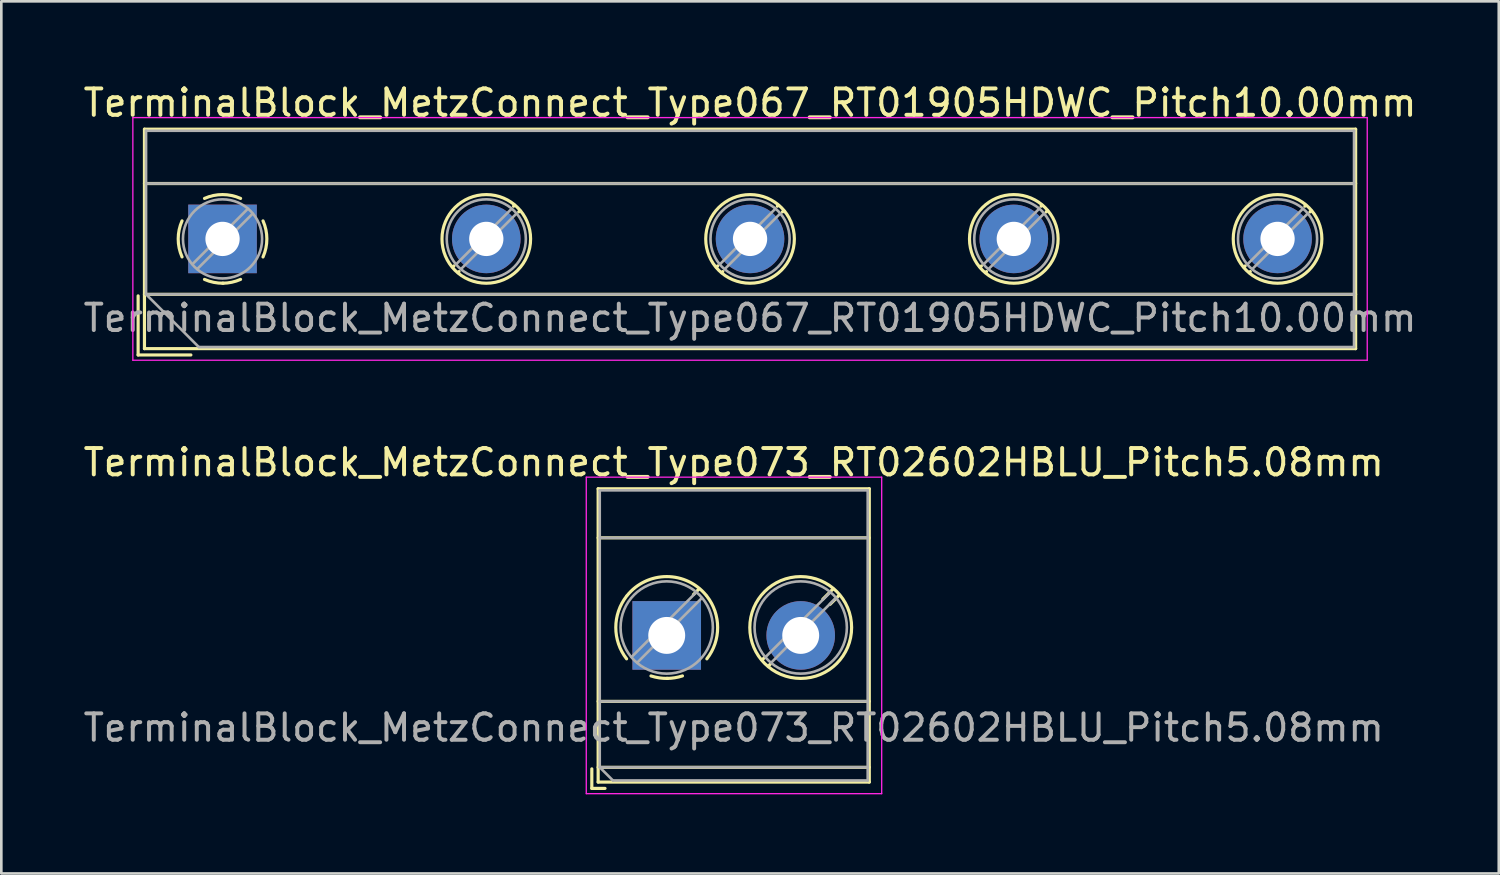
<source format=kicad_pcb>
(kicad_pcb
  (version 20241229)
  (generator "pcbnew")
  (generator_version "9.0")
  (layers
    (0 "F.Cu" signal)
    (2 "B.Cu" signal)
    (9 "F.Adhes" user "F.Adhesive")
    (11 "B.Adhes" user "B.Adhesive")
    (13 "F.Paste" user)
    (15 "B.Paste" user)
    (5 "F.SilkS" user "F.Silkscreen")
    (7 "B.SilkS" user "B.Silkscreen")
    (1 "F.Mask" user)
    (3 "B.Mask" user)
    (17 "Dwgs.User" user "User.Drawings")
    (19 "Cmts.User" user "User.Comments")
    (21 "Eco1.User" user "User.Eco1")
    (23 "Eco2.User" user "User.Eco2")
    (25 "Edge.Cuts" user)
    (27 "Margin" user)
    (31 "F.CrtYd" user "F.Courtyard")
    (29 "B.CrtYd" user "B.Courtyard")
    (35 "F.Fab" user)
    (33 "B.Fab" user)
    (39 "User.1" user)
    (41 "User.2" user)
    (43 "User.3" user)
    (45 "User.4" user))
  (footprint "TerminalBlock_MetzConnect_Type073_RT02602HBLU_Pitch5.08mm"
    (layer "F.Cu")
    (at 22.228 21.041)
    (property "Reference" "TerminalBlock_MetzConnect_Type073_RT02602HBLU_Pitch5.08mm" (at 2.54 -6.56 0) (layer "F.SilkS") (effects (font (size 1 1) (thickness 0.15))))
    (attr through_hole)
    (fp_line (start -2.84 5.06) (end -2.84 5.8) (stroke (width 0.12) (type solid)) (layer "F.SilkS"))
    (fp_line (start -2.84 5.8) (end -2.34 5.8) (stroke (width 0.12) (type solid)) (layer "F.SilkS"))
    (fp_line (start -2.6 -5.56) (end -2.6 5.56) (stroke (width 0.12) (type solid)) (layer "F.SilkS"))
    (fp_line (start -2.6 -3.7) (end 7.68 -3.7) (stroke (width 0.12) (type solid)) (layer "F.SilkS"))
    (fp_line (start -2.6 2.5) (end 7.68 2.5) (stroke (width 0.12) (type solid)) (layer "F.SilkS"))
    (fp_line (start -2.6 5) (end 7.68 5) (stroke (width 0.12) (type solid)) (layer "F.SilkS"))
    (fp_line (start -2.6 5.56) (end 7.68 5.56) (stroke (width 0.12) (type solid)) (layer "F.SilkS"))
    (fp_line (start 1.229 -1.764) (end 1.013 -1.549) (stroke (width 0.12) (type solid)) (layer "F.SilkS"))
    (fp_line (start 3.724 0.821) (end 3.617 0.928) (stroke (width 0.12) (type solid)) (layer "F.SilkS"))
    (fp_line (start 3.933 1.083) (end 3.852 1.164) (stroke (width 0.12) (type solid)) (layer "F.SilkS"))
    (fp_line (start 6.309 -1.764) (end 5.918 -1.374) (stroke (width 0.12) (type solid)) (layer "F.SilkS"))
    (fp_line (start 6.544 -1.529) (end 6.194 -1.179) (stroke (width 0.12) (type solid)) (layer "F.SilkS"))
    (fp_line (start 7.68 -5.56) (end -2.6 -5.56) (stroke (width 0.12) (type solid)) (layer "F.SilkS"))
    (fp_line (start 7.68 5.56) (end 7.68 -5.56) (stroke (width 0.12) (type solid)) (layer "F.SilkS"))
    (fp_arc (start -1.521645 0.888175) (mid -1.930586 -0.300524) (end -1.521 -1.489) (stroke (width 0.12) (type solid)) (layer "F.SilkS"))
    (fp_arc (start -1.500317 -1.514609) (mid -0.000252 -2.230344) (end 1.5 -1.515) (stroke (width 0.12) (type solid)) (layer "F.SilkS"))
    (fp_arc (start 0.033269 1.630336) (mid -0.285785 1.609354) (end -0.597 1.536) (stroke (width 0.12) (type solid)) (layer "F.SilkS"))
    (fp_arc (start 0.596403 1.535539) (mid 0.301919 1.606238) (end 0 1.63) (stroke (width 0.12) (type solid)) (layer "F.SilkS"))
    (fp_arc (start 1.521645 -1.488175) (mid 1.930586 -0.299476) (end 1.521 0.889) (stroke (width 0.12) (type solid)) (layer "F.SilkS"))
    (fp_arc (start 5.08 1.63) (mid 5.08 -2.23) (end 5.08 1.63) (stroke (width 0.12) (type solid)) (layer "F.SilkS"))
    (fp_line (start -3.05 -6) (end -3.05 6) (stroke (width 0.05) (type solid)) (layer "F.CrtYd"))
    (fp_line (start -3.05 6) (end 8.15 6) (stroke (width 0.05) (type solid)) (layer "F.CrtYd"))
    (fp_line (start 8.15 -6) (end -3.05 -6) (stroke (width 0.05) (type solid)) (layer "F.CrtYd"))
    (fp_line (start 8.15 6) (end 8.15 -6) (stroke (width 0.05) (type solid)) (layer "F.CrtYd"))
    (fp_line (start -2.54 -5.5) (end 7.62 -5.5) (stroke (width 0.1) (type solid)) (layer "F.Fab"))
    (fp_line (start -2.54 -3.7) (end 7.62 -3.7) (stroke (width 0.1) (type solid)) (layer "F.Fab"))
    (fp_line (start -2.54 2.5) (end 7.62 2.5) (stroke (width 0.1) (type solid)) (layer "F.Fab"))
    (fp_line (start -2.54 5) (end -2.54 -5.5) (stroke (width 0.1) (type solid)) (layer "F.Fab"))
    (fp_line (start -2.54 5) (end 7.62 5) (stroke (width 0.1) (type solid)) (layer "F.Fab"))
    (fp_line (start -2.04 5.5) (end -2.54 5) (stroke (width 0.1) (type solid)) (layer "F.Fab"))
    (fp_line (start 1.114 -1.628) (end -1.328 0.814) (stroke (width 0.1) (type solid)) (layer "F.Fab"))
    (fp_line (start 1.328 -1.414) (end -1.114 1.027) (stroke (width 0.1) (type solid)) (layer "F.Fab"))
    (fp_line (start 6.194 -1.628) (end 3.753 0.814) (stroke (width 0.1) (type solid)) (layer "F.Fab"))
    (fp_line (start 6.408 -1.414) (end 3.967 1.027) (stroke (width 0.1) (type solid)) (layer "F.Fab"))
    (fp_line (start 7.62 -5.5) (end 7.62 5.5) (stroke (width 0.1) (type solid)) (layer "F.Fab"))
    (fp_line (start 7.62 5.5) (end -2.04 5.5) (stroke (width 0.1) (type solid)) (layer "F.Fab"))
    (fp_circle (center 0 -0.3) (end 1.75 -0.3) (stroke (width 0.1) (type solid)) (fill no) (layer "F.Fab"))
    (fp_circle (center 5.08 -0.3) (end 6.83 -0.3) (stroke (width 0.1) (type solid)) (fill no) (layer "F.Fab"))
    (fp_text user "${REFERENCE}" (at 2.54 3.5 0) (layer "F.Fab") (effects (font (size 1 1) (thickness 0.15))))
    (pad "1" thru_hole rect (at 0 0) (size 2.6 2.6) (drill 1.4) (layers "*.Cu" "*.Mask"))
    (pad "2" thru_hole circle (at 5.08 0) (size 2.6 2.6) (drill 1.4) (layers "*.Cu" "*.Mask")))
  (footprint "TerminalBlock_MetzConnect_Type067_RT01905HDWC_Pitch10.00mm"
    (layer "F.Cu")
    (at 5.387 6.008)
    (property "Reference" "TerminalBlock_MetzConnect_Type067_RT01905HDWC_Pitch10.00mm" (at 20 -5.16 0) (layer "F.SilkS") (effects (font (size 1 1) (thickness 0.15))))
    (attr through_hole)
    (fp_line (start -3.2 2.16) (end -3.2 4.4) (stroke (width 0.12) (type solid)) (layer "F.SilkS"))
    (fp_line (start -3.2 4.4) (end -1.2 4.4) (stroke (width 0.12) (type solid)) (layer "F.SilkS"))
    (fp_line (start -2.96 -4.16) (end -2.96 4.16) (stroke (width 0.12) (type solid)) (layer "F.SilkS"))
    (fp_line (start -2.96 -2.1) (end 42.96 -2.1) (stroke (width 0.12) (type solid)) (layer "F.SilkS"))
    (fp_line (start -2.96 2.1) (end 42.96 2.1) (stroke (width 0.12) (type solid)) (layer "F.SilkS"))
    (fp_line (start -2.96 4.16) (end 42.96 4.16) (stroke (width 0.12) (type solid)) (layer "F.SilkS"))
    (fp_line (start 8.773 1.023) (end 8.726 1.069) (stroke (width 0.12) (type solid)) (layer "F.SilkS"))
    (fp_line (start 8.966 1.239) (end 8.931 1.274) (stroke (width 0.12) (type solid)) (layer "F.SilkS"))
    (fp_line (start 11.07 -1.275) (end 11.035 -1.239) (stroke (width 0.12) (type solid)) (layer "F.SilkS"))
    (fp_line (start 11.275 -1.069) (end 11.228 -1.023) (stroke (width 0.12) (type solid)) (layer "F.SilkS"))
    (fp_line (start 18.773 1.023) (end 18.726 1.069) (stroke (width 0.12) (type solid)) (layer "F.SilkS"))
    (fp_line (start 18.966 1.239) (end 18.931 1.274) (stroke (width 0.12) (type solid)) (layer "F.SilkS"))
    (fp_line (start 21.07 -1.275) (end 21.035 -1.239) (stroke (width 0.12) (type solid)) (layer "F.SilkS"))
    (fp_line (start 21.275 -1.069) (end 21.228 -1.023) (stroke (width 0.12) (type solid)) (layer "F.SilkS"))
    (fp_line (start 28.773 1.023) (end 28.726 1.069) (stroke (width 0.12) (type solid)) (layer "F.SilkS"))
    (fp_line (start 28.966 1.239) (end 28.931 1.274) (stroke (width 0.12) (type solid)) (layer "F.SilkS"))
    (fp_line (start 31.07 -1.275) (end 31.035 -1.239) (stroke (width 0.12) (type solid)) (layer "F.SilkS"))
    (fp_line (start 31.275 -1.069) (end 31.228 -1.023) (stroke (width 0.12) (type solid)) (layer "F.SilkS"))
    (fp_line (start 38.773 1.023) (end 38.726 1.069) (stroke (width 0.12) (type solid)) (layer "F.SilkS"))
    (fp_line (start 38.966 1.239) (end 38.931 1.274) (stroke (width 0.12) (type solid)) (layer "F.SilkS"))
    (fp_line (start 41.07 -1.275) (end 41.035 -1.239) (stroke (width 0.12) (type solid)) (layer "F.SilkS"))
    (fp_line (start 41.275 -1.069) (end 41.228 -1.023) (stroke (width 0.12) (type solid)) (layer "F.SilkS"))
    (fp_line (start 42.96 -4.16) (end -2.96 -4.16) (stroke (width 0.12) (type solid)) (layer "F.SilkS"))
    (fp_line (start 42.96 4.16) (end 42.96 -4.16) (stroke (width 0.12) (type solid)) (layer "F.SilkS"))
    (fp_arc (start -1.535427 0.683042) (mid -1.680501 -0.000524) (end -1.535 -0.684) (stroke (width 0.12) (type solid)) (layer "F.SilkS"))
    (fp_arc (start -0.683042 -1.535427) (mid 0.000524 -1.680501) (end 0.684 -1.535) (stroke (width 0.12) (type solid)) (layer "F.SilkS"))
    (fp_arc (start 0.028805 1.680253) (mid -0.335551 1.646659) (end -0.684 1.535) (stroke (width 0.12) (type solid)) (layer "F.SilkS"))
    (fp_arc (start 0.683318 1.534756) (mid 0.349292 1.643288) (end 0 1.68) (stroke (width 0.12) (type solid)) (layer "F.SilkS"))
    (fp_arc (start 1.535427 -0.683042) (mid 1.680501 0.000524) (end 1.535 0.684) (stroke (width 0.12) (type solid)) (layer "F.SilkS"))
    (fp_circle (center 10 0) (end 11.68 0) (stroke (width 0.12) (type solid)) (fill no) (layer "F.SilkS"))
    (fp_circle (center 20 0) (end 21.68 0) (stroke (width 0.12) (type solid)) (fill no) (layer "F.SilkS"))
    (fp_circle (center 30 0) (end 31.68 0) (stroke (width 0.12) (type solid)) (fill no) (layer "F.SilkS"))
    (fp_circle (center 40 0) (end 41.68 0) (stroke (width 0.12) (type solid)) (fill no) (layer "F.SilkS"))
    (fp_line (start -3.4 -4.6) (end -3.4 4.6) (stroke (width 0.05) (type solid)) (layer "F.CrtYd"))
    (fp_line (start -3.4 4.6) (end 43.4 4.6) (stroke (width 0.05) (type solid)) (layer "F.CrtYd"))
    (fp_line (start 43.4 -4.6) (end -3.4 -4.6) (stroke (width 0.05) (type solid)) (layer "F.CrtYd"))
    (fp_line (start 43.4 4.6) (end 43.4 -4.6) (stroke (width 0.05) (type solid)) (layer "F.CrtYd"))
    (fp_line (start -2.9 -4.1) (end 42.9 -4.1) (stroke (width 0.1) (type solid)) (layer "F.Fab"))
    (fp_line (start -2.9 -2.1) (end 42.9 -2.1) (stroke (width 0.1) (type solid)) (layer "F.Fab"))
    (fp_line (start -2.9 2.1) (end -2.9 -4.1) (stroke (width 0.1) (type solid)) (layer "F.Fab"))
    (fp_line (start -2.9 2.1) (end 42.9 2.1) (stroke (width 0.1) (type solid)) (layer "F.Fab"))
    (fp_line (start -0.9 4.1) (end -2.9 2.1) (stroke (width 0.1) (type solid)) (layer "F.Fab"))
    (fp_line (start 0.955 -1.138) (end -1.138 0.955) (stroke (width 0.1) (type solid)) (layer "F.Fab"))
    (fp_line (start 1.138 -0.955) (end -0.955 1.138) (stroke (width 0.1) (type solid)) (layer "F.Fab"))
    (fp_line (start 10.955 -1.138) (end 8.863 0.955) (stroke (width 0.1) (type solid)) (layer "F.Fab"))
    (fp_line (start 11.138 -0.955) (end 9.046 1.138) (stroke (width 0.1) (type solid)) (layer "F.Fab"))
    (fp_line (start 20.955 -1.138) (end 18.863 0.955) (stroke (width 0.1) (type solid)) (layer "F.Fab"))
    (fp_line (start 21.138 -0.955) (end 19.046 1.138) (stroke (width 0.1) (type solid)) (layer "F.Fab"))
    (fp_line (start 30.955 -1.138) (end 28.863 0.955) (stroke (width 0.1) (type solid)) (layer "F.Fab"))
    (fp_line (start 31.138 -0.955) (end 29.046 1.138) (stroke (width 0.1) (type solid)) (layer "F.Fab"))
    (fp_line (start 40.955 -1.138) (end 38.863 0.955) (stroke (width 0.1) (type solid)) (layer "F.Fab"))
    (fp_line (start 41.138 -0.955) (end 39.046 1.138) (stroke (width 0.1) (type solid)) (layer "F.Fab"))
    (fp_line (start 42.9 -4.1) (end 42.9 4.1) (stroke (width 0.1) (type solid)) (layer "F.Fab"))
    (fp_line (start 42.9 4.1) (end -0.9 4.1) (stroke (width 0.1) (type solid)) (layer "F.Fab"))
    (fp_circle (center 0 0) (end 1.5 0) (stroke (width 0.1) (type solid)) (fill no) (layer "F.Fab"))
    (fp_circle (center 10 0) (end 11.5 0) (stroke (width 0.1) (type solid)) (fill no) (layer "F.Fab"))
    (fp_circle (center 20 0) (end 21.5 0) (stroke (width 0.1) (type solid)) (fill no) (layer "F.Fab"))
    (fp_circle (center 30 0) (end 31.5 0) (stroke (width 0.1) (type solid)) (fill no) (layer "F.Fab"))
    (fp_circle (center 40 0) (end 41.5 0) (stroke (width 0.1) (type solid)) (fill no) (layer "F.Fab"))
    (fp_text user "${REFERENCE}" (at 20 3 0) (layer "F.Fab") (effects (font (size 1 1) (thickness 0.15))))
    (pad "1" thru_hole rect (at 0 0) (size 2.6 2.6) (drill 1.3) (layers "*.Cu" "*.Mask"))
    (pad "2" thru_hole circle (at 10 0) (size 2.6 2.6) (drill 1.3) (layers "*.Cu" "*.Mask"))
    (pad "3" thru_hole circle (at 20 0) (size 2.6 2.6) (drill 1.3) (layers "*.Cu" "*.Mask"))
    (pad "4" thru_hole circle (at 30 0) (size 2.6 2.6) (drill 1.3) (layers "*.Cu" "*.Mask"))
    (pad "5" thru_hole circle (at 40 0) (size 2.6 2.6) (drill 1.3) (layers "*.Cu" "*.Mask")))
  (gr_rect
    (start -3 -3)
    (end 53.774 30.067)
    (stroke (width 0.1) (type default))
    (fill no)
    (layer "Edge.Cuts")))
</source>
